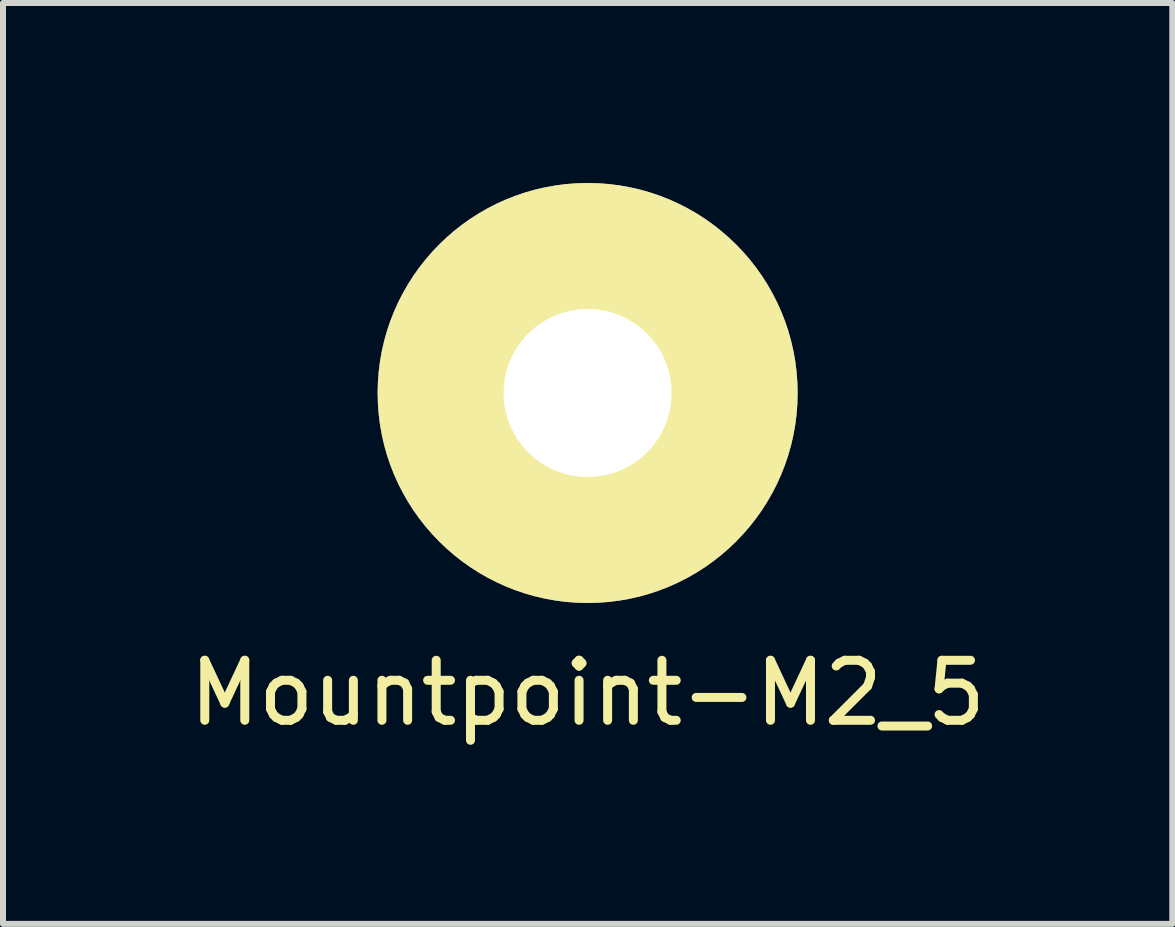
<source format=kicad_pcb>
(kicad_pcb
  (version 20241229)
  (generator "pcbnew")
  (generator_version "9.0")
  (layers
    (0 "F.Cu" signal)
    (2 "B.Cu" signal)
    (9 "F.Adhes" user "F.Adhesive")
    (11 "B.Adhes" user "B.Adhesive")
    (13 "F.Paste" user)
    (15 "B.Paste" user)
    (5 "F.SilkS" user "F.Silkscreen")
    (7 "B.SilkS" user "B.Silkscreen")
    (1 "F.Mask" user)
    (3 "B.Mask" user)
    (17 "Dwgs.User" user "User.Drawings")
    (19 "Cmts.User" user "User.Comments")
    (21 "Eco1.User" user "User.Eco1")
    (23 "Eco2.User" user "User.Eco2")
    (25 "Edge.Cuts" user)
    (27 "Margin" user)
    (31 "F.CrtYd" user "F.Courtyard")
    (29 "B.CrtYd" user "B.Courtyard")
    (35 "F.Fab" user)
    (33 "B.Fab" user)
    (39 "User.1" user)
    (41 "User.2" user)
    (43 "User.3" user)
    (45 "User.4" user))
  (footprint "Mountpoint-M2_5"
    (layer "F.Cu")
    (at 6.744 3.5)
    (property "Reference" "Mountpoint-M2_5" (at 0 5 0) (layer "F.SilkS") (effects (font (size 1 1) (thickness 0.15))))
    (attr through_hole)
    (pad "1" thru_hole circle (at 0 0) (size 7 7) (drill 2.8) (layers "*.Cu" "*.Mask" "F.SilkS")))
  (gr_rect
    (start -3 -3)
    (end 16.488 12.348)
    (stroke (width 0.1) (type default))
    (fill no)
    (layer "Edge.Cuts")))
</source>
